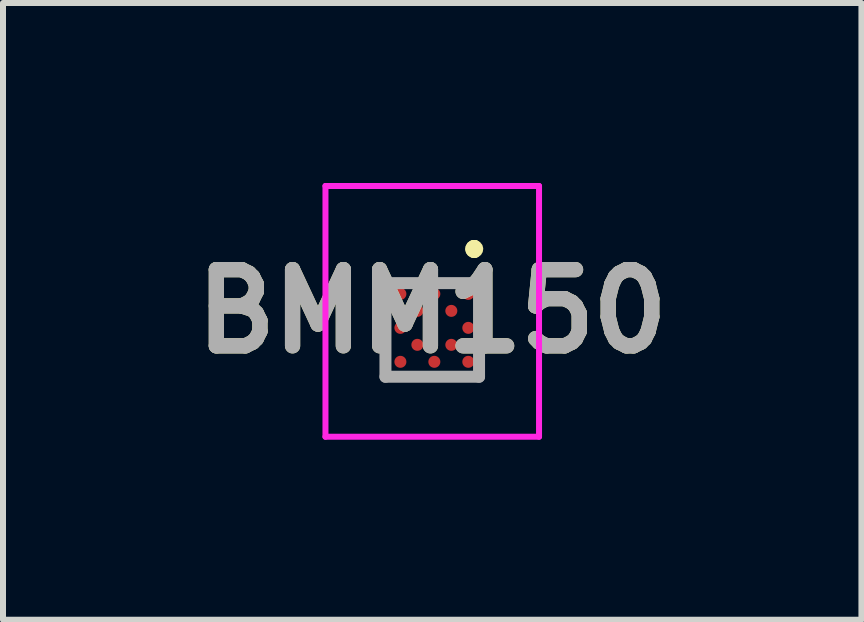
<source format=kicad_pcb>
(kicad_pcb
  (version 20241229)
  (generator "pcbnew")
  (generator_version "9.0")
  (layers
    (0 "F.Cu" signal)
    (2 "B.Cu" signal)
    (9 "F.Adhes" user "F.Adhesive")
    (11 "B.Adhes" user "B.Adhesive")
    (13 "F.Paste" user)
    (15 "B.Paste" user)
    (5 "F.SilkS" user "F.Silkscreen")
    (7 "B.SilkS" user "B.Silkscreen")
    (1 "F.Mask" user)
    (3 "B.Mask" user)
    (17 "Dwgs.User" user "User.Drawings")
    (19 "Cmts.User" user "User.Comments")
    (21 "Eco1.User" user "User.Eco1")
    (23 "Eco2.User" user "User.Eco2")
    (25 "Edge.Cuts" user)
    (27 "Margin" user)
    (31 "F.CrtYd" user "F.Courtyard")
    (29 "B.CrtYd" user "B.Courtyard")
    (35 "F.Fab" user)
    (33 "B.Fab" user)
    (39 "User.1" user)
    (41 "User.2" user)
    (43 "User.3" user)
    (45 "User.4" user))
  (footprint "BMM150"
    (layer "F.Cu")
    (at 4.19 2.415)
    (property "Reference" "BMM150" (at -0.035 -0.275 0) (layer "F.SilkS") (effects (font (size 1.27 1.27) (thickness 0.254))))
    (attr smd)
    (fp_line (start 0.665 -1.365) (end 0.665 -1.365) (stroke (width 0.2) (type solid)) (layer "F.SilkS"))
    (fp_line (start 0.665 -1.365) (end 0.665 -1.365) (stroke (width 0.2) (type solid)) (layer "F.SilkS"))
    (fp_line (start 0.665 -1.265) (end 0.665 -1.265) (stroke (width 0.2) (type solid)) (layer "F.SilkS"))
    (fp_arc (start 0.665 -1.365) (mid 0.715 -1.315) (end 0.665 -1.265) (stroke (width 0.2) (type solid)) (layer "F.SilkS"))
    (fp_arc (start 0.665 -1.265) (mid 0.615 -1.315) (end 0.665 -1.365) (stroke (width 0.2) (type solid)) (layer "F.SilkS"))
    (fp_arc (start 0.665 -1.265) (mid 0.615 -1.315) (end 0.665 -1.365) (stroke (width 0.2) (type solid)) (layer "F.SilkS"))
    (fp_line (start -1.815 -2.365) (end 1.745 -2.365) (stroke (width 0.1) (type solid)) (layer "F.CrtYd"))
    (fp_line (start -1.815 1.815) (end -1.815 -2.365) (stroke (width 0.1) (type solid)) (layer "F.CrtYd"))
    (fp_line (start 1.745 -2.365) (end 1.745 1.815) (stroke (width 0.1) (type solid)) (layer "F.CrtYd"))
    (fp_line (start 1.745 1.815) (end -1.815 1.815) (stroke (width 0.1) (type solid)) (layer "F.CrtYd"))
    (fp_line (start -0.815 -0.745) (end -0.815 0.815) (stroke (width 0.2) (type solid)) (layer "F.Fab"))
    (fp_line (start -0.815 0.815) (end 0.745 0.815) (stroke (width 0.2) (type solid)) (layer "F.Fab"))
    (fp_line (start 0.745 -0.745) (end -0.815 -0.745) (stroke (width 0.2) (type solid)) (layer "F.Fab"))
    (fp_line (start 0.745 0.815) (end 0.745 -0.745) (stroke (width 0.2) (type solid)) (layer "F.Fab"))
    (fp_text user "${REFERENCE}" (at -0.035 -0.275 0) (layer "F.Fab") (effects (font (size 1.27 1.27) (thickness 0.254))))
    (pad "A1" smd circle (at 0.566 -0.566 90) (size 0.2 0.2) (layers "F.Cu" "F.Mask" "F.Paste"))
    (pad "A3" smd circle (at 0.566 0 90) (size 0.2 0.2) (layers "F.Cu" "F.Mask" "F.Paste"))
    (pad "A5" smd circle (at 0.566 0.566 90) (size 0.2 0.2) (layers "F.Cu" "F.Mask" "F.Paste"))
    (pad "B2" smd circle (at 0.283 -0.283 90) (size 0.2 0.2) (layers "F.Cu" "F.Mask" "F.Paste"))
    (pad "B4" smd circle (at 0.283 0.283 90) (size 0.2 0.2) (layers "F.Cu" "F.Mask" "F.Paste"))
    (pad "C1" smd circle (at 0 -0.566 90) (size 0.2 0.2) (layers "F.Cu" "F.Mask" "F.Paste"))
    (pad "C5" smd circle (at 0 0.566 90) (size 0.2 0.2) (layers "F.Cu" "F.Mask" "F.Paste"))
    (pad "D2" smd circle (at -0.283 -0.283 90) (size 0.2 0.2) (layers "F.Cu" "F.Mask" "F.Paste"))
    (pad "D4" smd circle (at -0.283 0.283 90) (size 0.2 0.2) (layers "F.Cu" "F.Mask" "F.Paste"))
    (pad "E1" smd circle (at -0.566 -0.566 90) (size 0.2 0.2) (layers "F.Cu" "F.Mask" "F.Paste"))
    (pad "E3" smd circle (at -0.566 0 90) (size 0.2 0.2) (layers "F.Cu" "F.Mask" "F.Paste"))
    (pad "E5" smd circle (at -0.566 0.566 90) (size 0.2 0.2) (layers "F.Cu" "F.Mask" "F.Paste")))
  (gr_rect
    (start -3 -3)
    (end 11.309 7.28)
    (stroke (width 0.1) (type default))
    (fill no)
    (layer "Edge.Cuts")))
</source>
